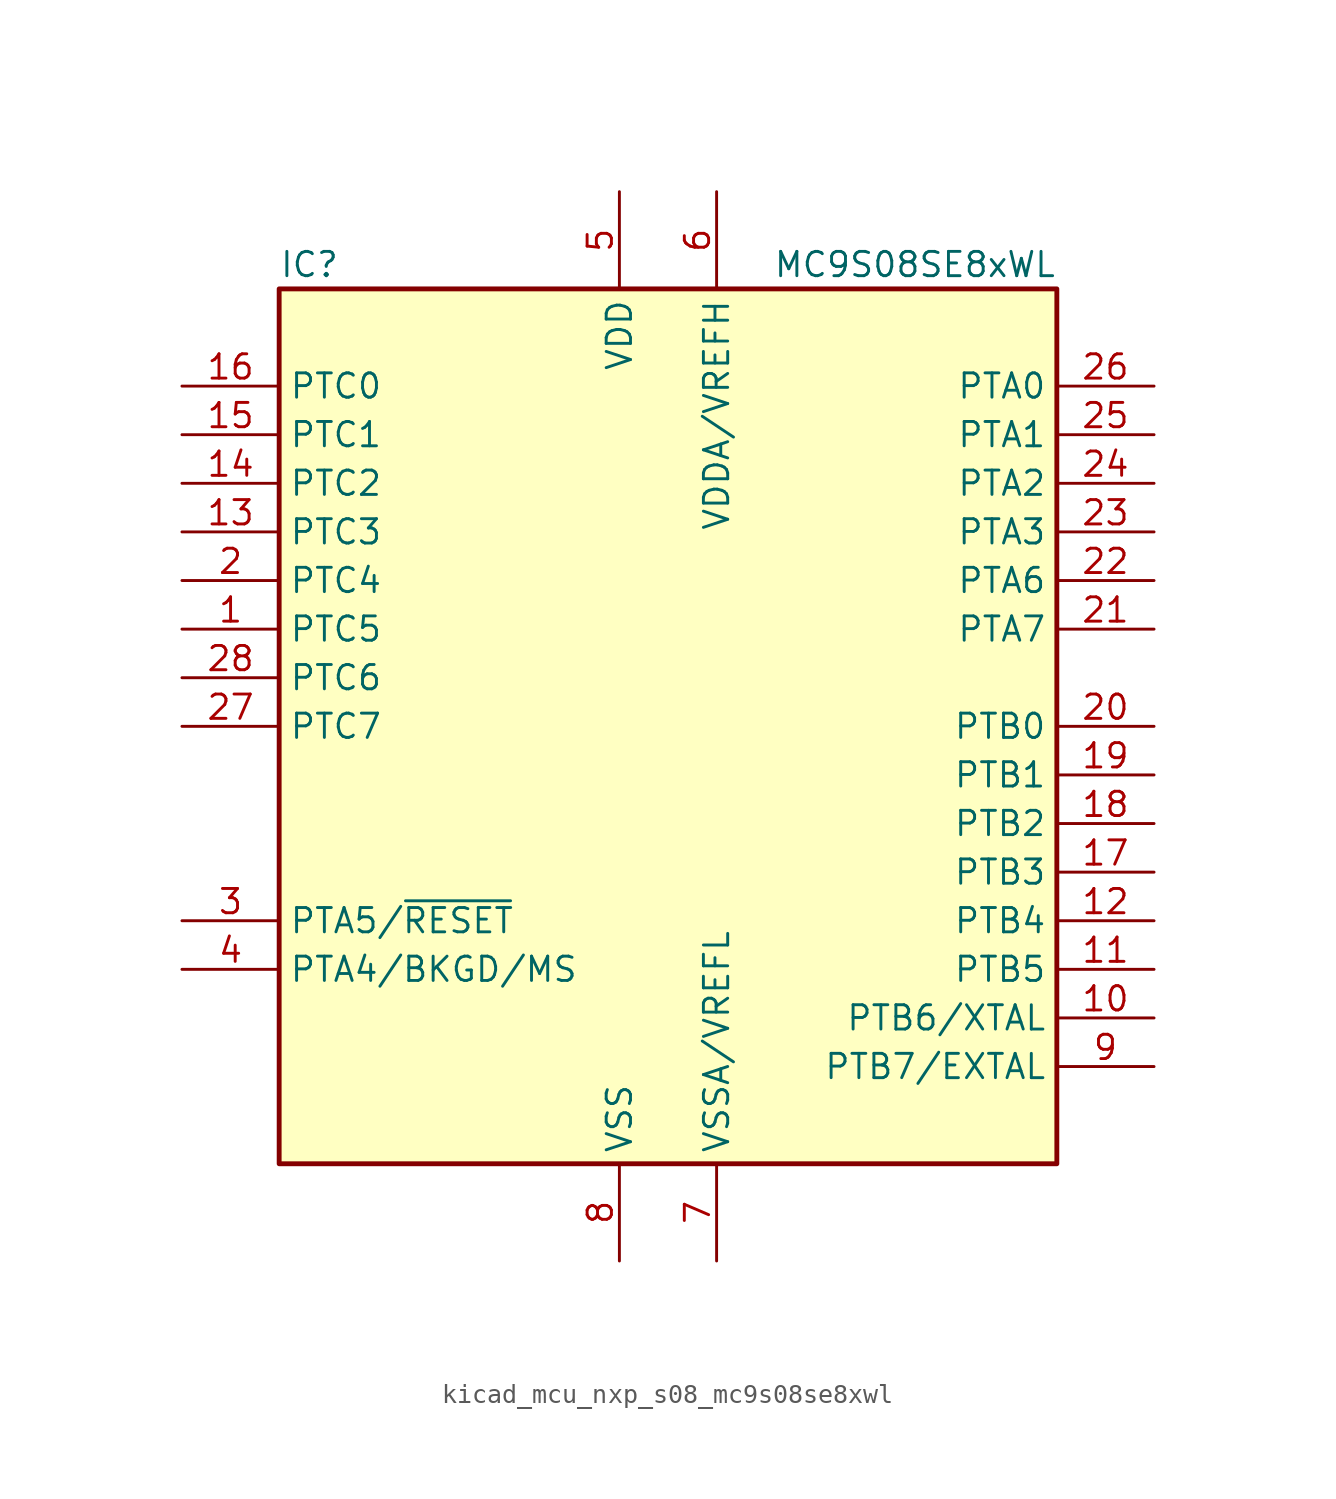
<source format=kicad_sym>
(kicad_symbol_lib
  (version 20220914)
  (generator kicad_symbol_editor)
  (symbol "kicad_mcu_nxp_s08_mc9s08se8xwl"
    (property "Reference" "IC"
      (at -20.32 24.13 0)
      (effects (font (size 1.27 1.27)) (justify left)))
    (property "Value" "MC9S08SE8xWL"
      (at 20.32 24.13 0)
      (effects (font (size 1.27 1.27)) (justify right)))
    (symbol "kicad_mcu_nxp_s08_mc9s08se8xwl_0_1"
      (rectangle (start -20.32 22.86) (end 20.32 -22.86) (stroke (width 0.254) (type default)) (fill (type background))))
    (symbol "kicad_mcu_nxp_s08_mc9s08se8xwl_1_1"
      (pin bidirectional line (at -25.4 5.08 0) (length 5.08) (name "PTC5" (effects (font (size 1.27 1.27)))) (number "1" (effects (font (size 1.27 1.27)))))
      (pin bidirectional line (at 25.4 -15.24 180) (length 5.08) (name "PTB6/XTAL" (effects (font (size 1.27 1.27)))) (number "10" (effects (font (size 1.27 1.27)))))
      (pin bidirectional line (at 25.4 -12.7 180) (length 5.08) (name "PTB5" (effects (font (size 1.27 1.27)))) (number "11" (effects (font (size 1.27 1.27)))))
      (pin bidirectional line (at 25.4 -10.16 180) (length 5.08) (name "PTB4" (effects (font (size 1.27 1.27)))) (number "12" (effects (font (size 1.27 1.27)))))
      (pin bidirectional line (at -25.4 10.16 0) (length 5.08) (name "PTC3" (effects (font (size 1.27 1.27)))) (number "13" (effects (font (size 1.27 1.27)))))
      (pin bidirectional line (at -25.4 12.7 0) (length 5.08) (name "PTC2" (effects (font (size 1.27 1.27)))) (number "14" (effects (font (size 1.27 1.27)))))
      (pin bidirectional line (at -25.4 15.24 0) (length 5.08) (name "PTC1" (effects (font (size 1.27 1.27)))) (number "15" (effects (font (size 1.27 1.27)))))
      (pin bidirectional line (at -25.4 17.78 0) (length 5.08) (name "PTC0" (effects (font (size 1.27 1.27)))) (number "16" (effects (font (size 1.27 1.27)))))
      (pin bidirectional line (at 25.4 -7.62 180) (length 5.08) (name "PTB3" (effects (font (size 1.27 1.27)))) (number "17" (effects (font (size 1.27 1.27)))))
      (pin bidirectional line (at 25.4 -5.08 180) (length 5.08) (name "PTB2" (effects (font (size 1.27 1.27)))) (number "18" (effects (font (size 1.27 1.27)))))
      (pin bidirectional line (at 25.4 -2.54 180) (length 5.08) (name "PTB1" (effects (font (size 1.27 1.27)))) (number "19" (effects (font (size 1.27 1.27)))))
      (pin bidirectional line (at -25.4 7.62 0) (length 5.08) (name "PTC4" (effects (font (size 1.27 1.27)))) (number "2" (effects (font (size 1.27 1.27)))))
      (pin bidirectional line (at 25.4 0 180) (length 5.08) (name "PTB0" (effects (font (size 1.27 1.27)))) (number "20" (effects (font (size 1.27 1.27)))))
      (pin bidirectional line (at 25.4 5.08 180) (length 5.08) (name "PTA7" (effects (font (size 1.27 1.27)))) (number "21" (effects (font (size 1.27 1.27)))))
      (pin bidirectional line (at 25.4 7.62 180) (length 5.08) (name "PTA6" (effects (font (size 1.27 1.27)))) (number "22" (effects (font (size 1.27 1.27)))))
      (pin bidirectional line (at 25.4 10.16 180) (length 5.08) (name "PTA3" (effects (font (size 1.27 1.27)))) (number "23" (effects (font (size 1.27 1.27)))))
      (pin bidirectional line (at 25.4 12.7 180) (length 5.08) (name "PTA2" (effects (font (size 1.27 1.27)))) (number "24" (effects (font (size 1.27 1.27)))))
      (pin bidirectional line (at 25.4 15.24 180) (length 5.08) (name "PTA1" (effects (font (size 1.27 1.27)))) (number "25" (effects (font (size 1.27 1.27)))))
      (pin bidirectional line (at 25.4 17.78 180) (length 5.08) (name "PTA0" (effects (font (size 1.27 1.27)))) (number "26" (effects (font (size 1.27 1.27)))))
      (pin bidirectional line (at -25.4 0 0) (length 5.08) (name "PTC7" (effects (font (size 1.27 1.27)))) (number "27" (effects (font (size 1.27 1.27)))))
      (pin bidirectional line (at -25.4 2.54 0) (length 5.08) (name "PTC6" (effects (font (size 1.27 1.27)))) (number "28" (effects (font (size 1.27 1.27)))))
      (pin bidirectional line (at -25.4 -10.16 0) (length 5.08) (name "PTA5/~{RESET}" (effects (font (size 1.27 1.27)))) (number "3" (effects (font (size 1.27 1.27)))))
      (pin bidirectional line (at -25.4 -12.7 0) (length 5.08) (name "PTA4/BKGD/MS" (effects (font (size 1.27 1.27)))) (number "4" (effects (font (size 1.27 1.27)))))
      (pin power_in line (at -2.54 27.94 270) (length 5.08) (name "VDD" (effects (font (size 1.27 1.27)))) (number "5" (effects (font (size 1.27 1.27)))))
      (pin power_in line (at 2.54 27.94 270) (length 5.08) (name "VDDA/VREFH" (effects (font (size 1.27 1.27)))) (number "6" (effects (font (size 1.27 1.27)))))
      (pin power_in line (at 2.54 -27.94 90) (length 5.08) (name "VSSA/VREFL" (effects (font (size 1.27 1.27)))) (number "7" (effects (font (size 1.27 1.27)))))
      (pin power_in line (at -2.54 -27.94 90) (length 5.08) (name "VSS" (effects (font (size 1.27 1.27)))) (number "8" (effects (font (size 1.27 1.27)))))
      (pin bidirectional line (at 25.4 -17.78 180) (length 5.08) (name "PTB7/EXTAL" (effects (font (size 1.27 1.27)))) (number "9" (effects (font (size 1.27 1.27))))))))
</source>
